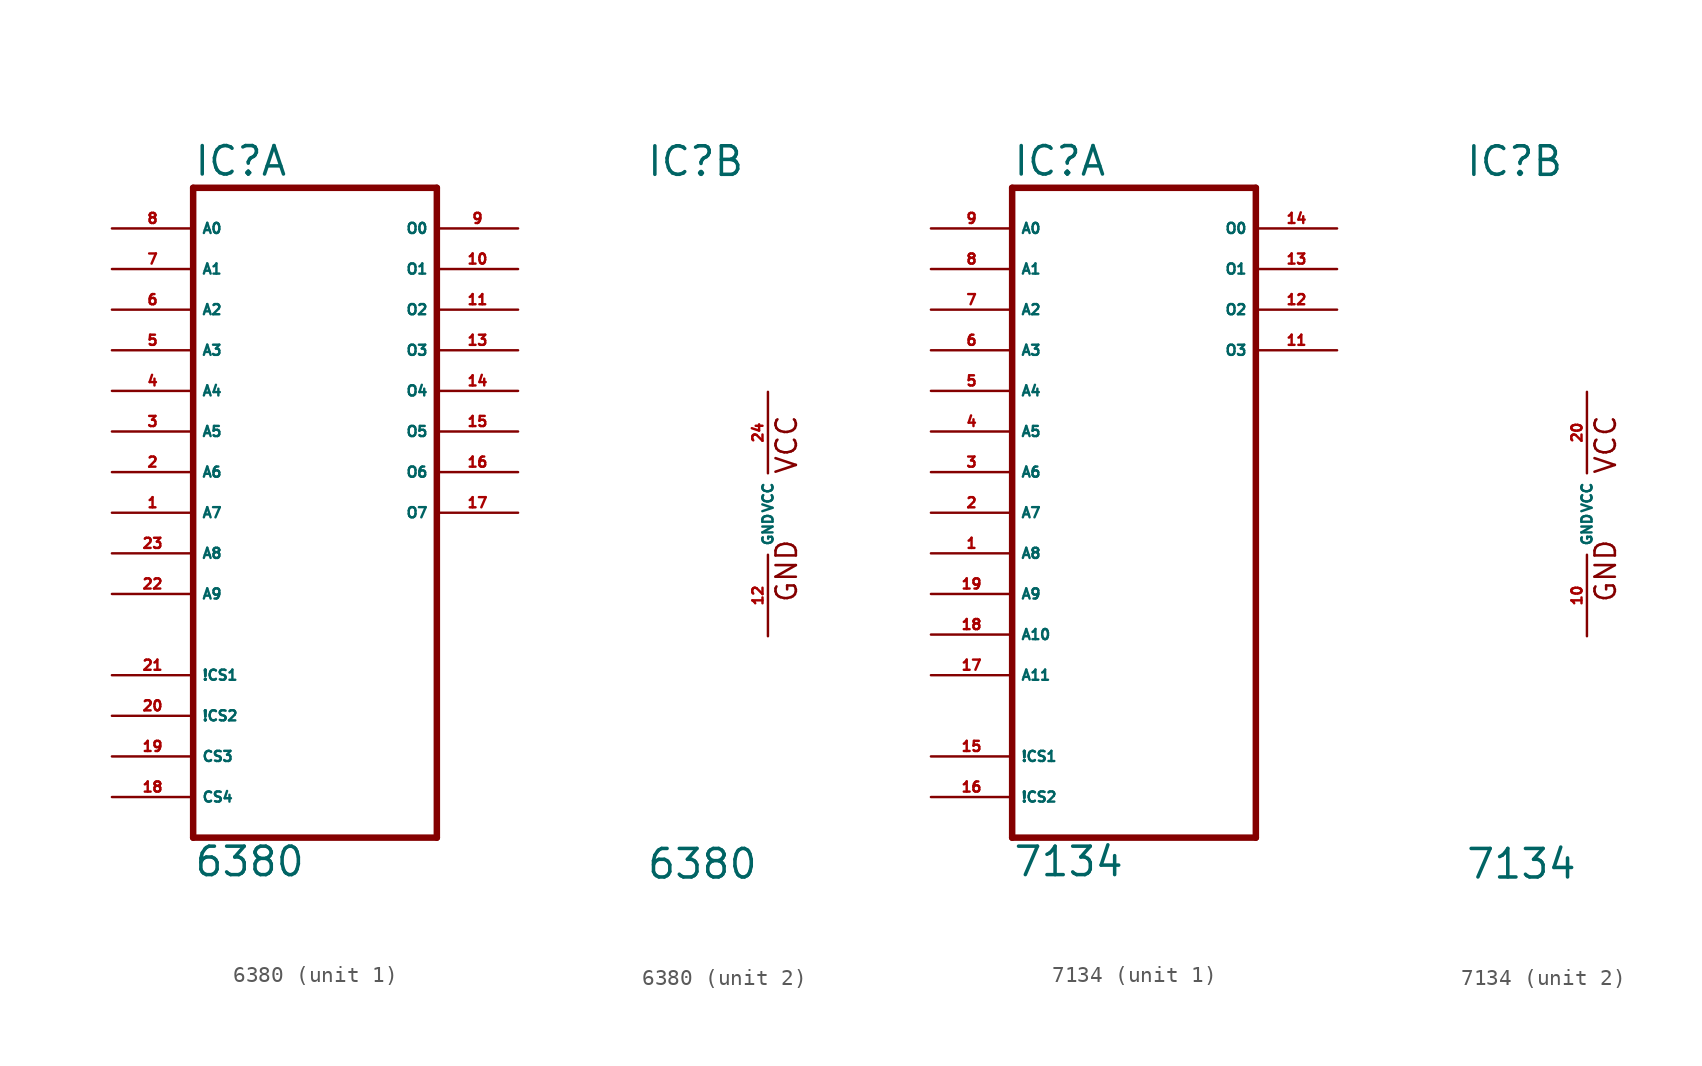
<source format=kicad_sym>
(kicad_symbol_lib
  (version 20220914)
  (generator Eagle2Kicad)
  (symbol "6380"
    (property "Reference" "IC"
      (at -7.62 20.955 0)
      (effects (font (size 1.778 1.778) (thickness 0.22)) (justify left bottom)))
    (property "Value" "6380"
      (at -7.62 -22.86 0)
      (effects (font (size 1.778 1.778) (thickness 0.22)) (justify left bottom)))
    (symbol "6380_1_0"
      (polyline (pts (xy -7.62 -20.32) (xy 7.62 -20.32)) (stroke (width 0.406) (type default)) (fill (type none)))
      (polyline (pts (xy 7.62 -20.32) (xy 7.62 20.32)) (stroke (width 0.406) (type default)) (fill (type none)))
      (polyline (pts (xy 7.62 20.32) (xy -7.62 20.32)) (stroke (width 0.406) (type default)) (fill (type none)))
      (polyline (pts (xy -7.62 20.32) (xy -7.62 -20.32)) (stroke (width 0.406) (type default)) (fill (type none)))
      (pin input line (at -12.7 0 0) (length 5.08) (name "A7" (effects (font (size 0.635 0.635) (thickness 0.08)) (justify left bottom))) (number "1" (effects (font (size 0.635 0.635) (thickness 0.08)) (justify left bottom))))
      (pin input line (at -12.7 2.54 0) (length 5.08) (name "A6" (effects (font (size 0.635 0.635) (thickness 0.08)) (justify left bottom))) (number "2" (effects (font (size 0.635 0.635) (thickness 0.08)) (justify left bottom))))
      (pin input line (at -12.7 5.08 0) (length 5.08) (name "A5" (effects (font (size 0.635 0.635) (thickness 0.08)) (justify left bottom))) (number "3" (effects (font (size 0.635 0.635) (thickness 0.08)) (justify left bottom))))
      (pin input line (at -12.7 7.62 0) (length 5.08) (name "A4" (effects (font (size 0.635 0.635) (thickness 0.08)) (justify left bottom))) (number "4" (effects (font (size 0.635 0.635) (thickness 0.08)) (justify left bottom))))
      (pin input line (at -12.7 10.16 0) (length 5.08) (name "A3" (effects (font (size 0.635 0.635) (thickness 0.08)) (justify left bottom))) (number "5" (effects (font (size 0.635 0.635) (thickness 0.08)) (justify left bottom))))
      (pin input line (at -12.7 12.7 0) (length 5.08) (name "A2" (effects (font (size 0.635 0.635) (thickness 0.08)) (justify left bottom))) (number "6" (effects (font (size 0.635 0.635) (thickness 0.08)) (justify left bottom))))
      (pin input line (at -12.7 15.24 0) (length 5.08) (name "A1" (effects (font (size 0.635 0.635) (thickness 0.08)) (justify left bottom))) (number "7" (effects (font (size 0.635 0.635) (thickness 0.08)) (justify left bottom))))
      (pin input line (at -12.7 17.78 0) (length 5.08) (name "A0" (effects (font (size 0.635 0.635) (thickness 0.08)) (justify left bottom))) (number "8" (effects (font (size 0.635 0.635) (thickness 0.08)) (justify left bottom))))
      (pin open_collector line (at 12.7 17.78 180) (length 5.08) (name "O0" (effects (font (size 0.635 0.635) (thickness 0.08)) (justify left bottom))) (number "9" (effects (font (size 0.635 0.635) (thickness 0.08)) (justify left bottom))))
      (pin open_collector line (at 12.7 15.24 180) (length 5.08) (name "O1" (effects (font (size 0.635 0.635) (thickness 0.08)) (justify left bottom))) (number "10" (effects (font (size 0.635 0.635) (thickness 0.08)) (justify left bottom))))
      (pin open_collector line (at 12.7 12.7 180) (length 5.08) (name "O2" (effects (font (size 0.635 0.635) (thickness 0.08)) (justify left bottom))) (number "11" (effects (font (size 0.635 0.635) (thickness 0.08)) (justify left bottom))))
      (pin open_collector line (at 12.7 10.16 180) (length 5.08) (name "O3" (effects (font (size 0.635 0.635) (thickness 0.08)) (justify left bottom))) (number "13" (effects (font (size 0.635 0.635) (thickness 0.08)) (justify left bottom))))
      (pin open_collector line (at 12.7 7.62 180) (length 5.08) (name "O4" (effects (font (size 0.635 0.635) (thickness 0.08)) (justify left bottom))) (number "14" (effects (font (size 0.635 0.635) (thickness 0.08)) (justify left bottom))))
      (pin open_collector line (at 12.7 5.08 180) (length 5.08) (name "O5" (effects (font (size 0.635 0.635) (thickness 0.08)) (justify left bottom))) (number "15" (effects (font (size 0.635 0.635) (thickness 0.08)) (justify left bottom))))
      (pin open_collector line (at 12.7 2.54 180) (length 5.08) (name "O6" (effects (font (size 0.635 0.635) (thickness 0.08)) (justify left bottom))) (number "16" (effects (font (size 0.635 0.635) (thickness 0.08)) (justify left bottom))))
      (pin open_collector line (at 12.7 0 180) (length 5.08) (name "O7" (effects (font (size 0.635 0.635) (thickness 0.08)) (justify left bottom))) (number "17" (effects (font (size 0.635 0.635) (thickness 0.08)) (justify left bottom))))
      (pin input line (at -12.7 -17.78 0) (length 5.08) (name "CS4" (effects (font (size 0.635 0.635) (thickness 0.08)) (justify left bottom))) (number "18" (effects (font (size 0.635 0.635) (thickness 0.08)) (justify left bottom))))
      (pin input line (at -12.7 -15.24 0) (length 5.08) (name "CS3" (effects (font (size 0.635 0.635) (thickness 0.08)) (justify left bottom))) (number "19" (effects (font (size 0.635 0.635) (thickness 0.08)) (justify left bottom))))
      (pin input line (at -12.7 -12.7 0) (length 5.08) (name "!CS2" (effects (font (size 0.635 0.635) (thickness 0.08)) (justify left bottom))) (number "20" (effects (font (size 0.635 0.635) (thickness 0.08)) (justify left bottom))))
      (pin input line (at -12.7 -10.16 0) (length 5.08) (name "!CS1" (effects (font (size 0.635 0.635) (thickness 0.08)) (justify left bottom))) (number "21" (effects (font (size 0.635 0.635) (thickness 0.08)) (justify left bottom))))
      (pin input line (at -12.7 -5.08 0) (length 5.08) (name "A9" (effects (font (size 0.635 0.635) (thickness 0.08)) (justify left bottom))) (number "22" (effects (font (size 0.635 0.635) (thickness 0.08)) (justify left bottom))))
      (pin input line (at -12.7 -2.54 0) (length 5.08) (name "A8" (effects (font (size 0.635 0.635) (thickness 0.08)) (justify left bottom))) (number "23" (effects (font (size 0.635 0.635) (thickness 0.08)) (justify left bottom)))))
    (symbol "6380_2_0"
      (text "GND" (at 1.905 -5.588 900) (effects (font (size 1.27 1.27) (thickness 0.16)) (justify left bottom)))
      (text "VCC" (at 1.905 2.413 900) (effects (font (size 1.27 1.27) (thickness 0.16)) (justify left bottom)))
      (pin unspecified line (at 0 -7.62 90) (length 5.08) (name "GND" (effects (font (size 0.635 0.635) (thickness 0.08)) (justify left bottom))) (number "12" (effects (font (size 0.635 0.635) (thickness 0.08)) (justify left bottom))))
      (pin unspecified line (at 0 7.62 270) (length 5.08) (name "VCC" (effects (font (size 0.635 0.635) (thickness 0.08)) (justify left bottom))) (number "24" (effects (font (size 0.635 0.635) (thickness 0.08)) (justify left bottom))))))
  (symbol "7134"
    (property "Reference" "IC"
      (at -7.62 20.955 0)
      (effects (font (size 1.778 1.778) (thickness 0.22)) (justify left bottom)))
    (property "Value" "7134"
      (at -7.62 -22.86 0)
      (effects (font (size 1.778 1.778) (thickness 0.22)) (justify left bottom)))
    (symbol "7134_1_0"
      (polyline (pts (xy -7.62 -20.32) (xy 7.62 -20.32)) (stroke (width 0.406) (type default)) (fill (type none)))
      (polyline (pts (xy 7.62 -20.32) (xy 7.62 20.32)) (stroke (width 0.406) (type default)) (fill (type none)))
      (polyline (pts (xy 7.62 20.32) (xy -7.62 20.32)) (stroke (width 0.406) (type default)) (fill (type none)))
      (polyline (pts (xy -7.62 20.32) (xy -7.62 -20.32)) (stroke (width 0.406) (type default)) (fill (type none)))
      (pin input line (at -12.7 -2.54 0) (length 5.08) (name "A8" (effects (font (size 0.635 0.635) (thickness 0.08)) (justify left bottom))) (number "1" (effects (font (size 0.635 0.635) (thickness 0.08)) (justify left bottom))))
      (pin input line (at -12.7 0 0) (length 5.08) (name "A7" (effects (font (size 0.635 0.635) (thickness 0.08)) (justify left bottom))) (number "2" (effects (font (size 0.635 0.635) (thickness 0.08)) (justify left bottom))))
      (pin input line (at -12.7 2.54 0) (length 5.08) (name "A6" (effects (font (size 0.635 0.635) (thickness 0.08)) (justify left bottom))) (number "3" (effects (font (size 0.635 0.635) (thickness 0.08)) (justify left bottom))))
      (pin input line (at -12.7 5.08 0) (length 5.08) (name "A5" (effects (font (size 0.635 0.635) (thickness 0.08)) (justify left bottom))) (number "4" (effects (font (size 0.635 0.635) (thickness 0.08)) (justify left bottom))))
      (pin input line (at -12.7 7.62 0) (length 5.08) (name "A4" (effects (font (size 0.635 0.635) (thickness 0.08)) (justify left bottom))) (number "5" (effects (font (size 0.635 0.635) (thickness 0.08)) (justify left bottom))))
      (pin input line (at -12.7 10.16 0) (length 5.08) (name "A3" (effects (font (size 0.635 0.635) (thickness 0.08)) (justify left bottom))) (number "6" (effects (font (size 0.635 0.635) (thickness 0.08)) (justify left bottom))))
      (pin input line (at -12.7 12.7 0) (length 5.08) (name "A2" (effects (font (size 0.635 0.635) (thickness 0.08)) (justify left bottom))) (number "7" (effects (font (size 0.635 0.635) (thickness 0.08)) (justify left bottom))))
      (pin input line (at -12.7 15.24 0) (length 5.08) (name "A1" (effects (font (size 0.635 0.635) (thickness 0.08)) (justify left bottom))) (number "8" (effects (font (size 0.635 0.635) (thickness 0.08)) (justify left bottom))))
      (pin input line (at -12.7 17.78 0) (length 5.08) (name "A0" (effects (font (size 0.635 0.635) (thickness 0.08)) (justify left bottom))) (number "9" (effects (font (size 0.635 0.635) (thickness 0.08)) (justify left bottom))))
      (pin tri_state line (at 12.7 10.16 180) (length 5.08) (name "O3" (effects (font (size 0.635 0.635) (thickness 0.08)) (justify left bottom))) (number "11" (effects (font (size 0.635 0.635) (thickness 0.08)) (justify left bottom))))
      (pin tri_state line (at 12.7 12.7 180) (length 5.08) (name "O2" (effects (font (size 0.635 0.635) (thickness 0.08)) (justify left bottom))) (number "12" (effects (font (size 0.635 0.635) (thickness 0.08)) (justify left bottom))))
      (pin tri_state line (at 12.7 15.24 180) (length 5.08) (name "O1" (effects (font (size 0.635 0.635) (thickness 0.08)) (justify left bottom))) (number "13" (effects (font (size 0.635 0.635) (thickness 0.08)) (justify left bottom))))
      (pin tri_state line (at 12.7 17.78 180) (length 5.08) (name "O0" (effects (font (size 0.635 0.635) (thickness 0.08)) (justify left bottom))) (number "14" (effects (font (size 0.635 0.635) (thickness 0.08)) (justify left bottom))))
      (pin input line (at -12.7 -15.24 0) (length 5.08) (name "!CS1" (effects (font (size 0.635 0.635) (thickness 0.08)) (justify left bottom))) (number "15" (effects (font (size 0.635 0.635) (thickness 0.08)) (justify left bottom))))
      (pin input line (at -12.7 -17.78 0) (length 5.08) (name "!CS2" (effects (font (size 0.635 0.635) (thickness 0.08)) (justify left bottom))) (number "16" (effects (font (size 0.635 0.635) (thickness 0.08)) (justify left bottom))))
      (pin input line (at -12.7 -10.16 0) (length 5.08) (name "A11" (effects (font (size 0.635 0.635) (thickness 0.08)) (justify left bottom))) (number "17" (effects (font (size 0.635 0.635) (thickness 0.08)) (justify left bottom))))
      (pin input line (at -12.7 -7.62 0) (length 5.08) (name "A10" (effects (font (size 0.635 0.635) (thickness 0.08)) (justify left bottom))) (number "18" (effects (font (size 0.635 0.635) (thickness 0.08)) (justify left bottom))))
      (pin input line (at -12.7 -5.08 0) (length 5.08) (name "A9" (effects (font (size 0.635 0.635) (thickness 0.08)) (justify left bottom))) (number "19" (effects (font (size 0.635 0.635) (thickness 0.08)) (justify left bottom)))))
    (symbol "7134_2_0"
      (text "GND" (at 1.905 -5.588 900) (effects (font (size 1.27 1.27) (thickness 0.16)) (justify left bottom)))
      (text "VCC" (at 1.905 2.413 900) (effects (font (size 1.27 1.27) (thickness 0.16)) (justify left bottom)))
      (pin unspecified line (at 0 -7.62 90) (length 5.08) (name "GND" (effects (font (size 0.635 0.635) (thickness 0.08)) (justify left bottom))) (number "10" (effects (font (size 0.635 0.635) (thickness 0.08)) (justify left bottom))))
      (pin unspecified line (at 0 7.62 270) (length 5.08) (name "VCC" (effects (font (size 0.635 0.635) (thickness 0.08)) (justify left bottom))) (number "20" (effects (font (size 0.635 0.635) (thickness 0.08)) (justify left bottom)))))))
</source>
